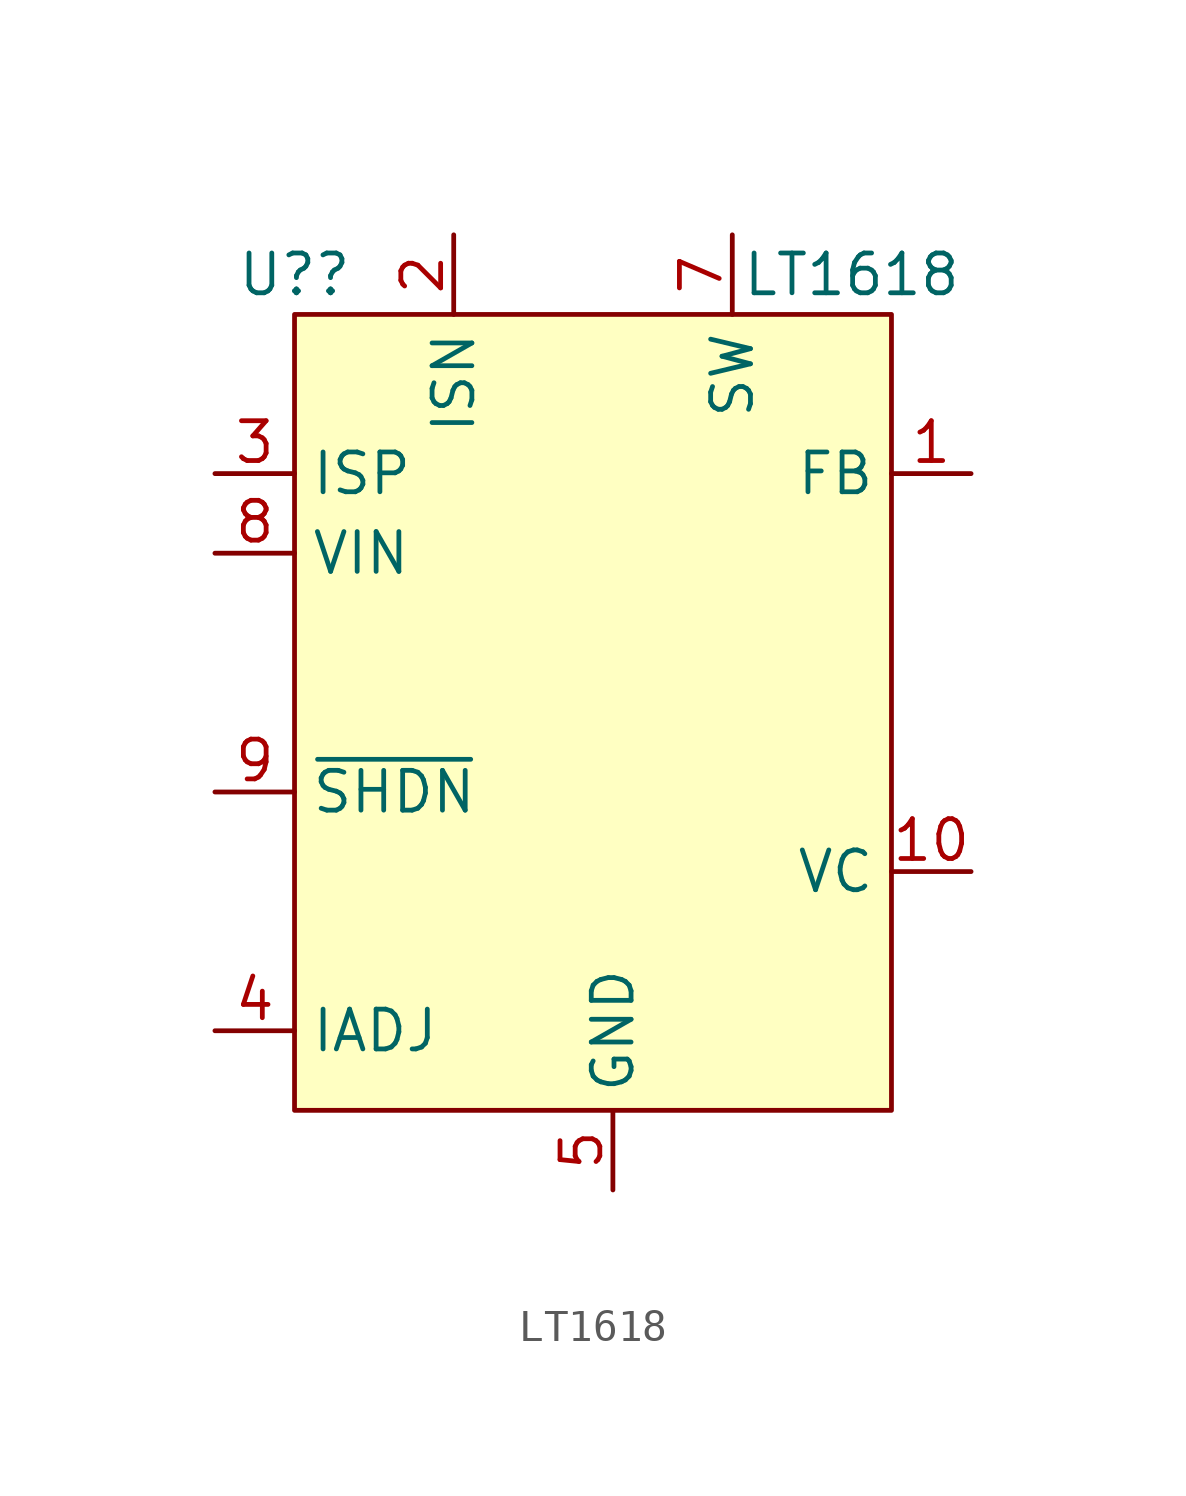
<source format=kicad_sym>
(kicad_symbol_lib
  (version 20211014)
  (generator kicad_symbol_editor)
  (symbol "LT1618"
    (property "Reference" "U?"
      (at -7.62 1.27 0)
      (effects (font (size 1.27 1.27))))
    (property "Value" "LT1618"
      (at 10.16 1.27 0)
      (effects (font (size 1.27 1.27))))
    (symbol "LT1618_0_0"
      (pin passive line (at 13.97 -5.08 180) (length 2.54) (name "FB" (effects (font (size 1.27 1.27)))) (number "1" (effects (font (size 1.27 1.27)))))
      (pin passive line (at 13.97 -17.78 180) (length 2.54) (name "VC" (effects (font (size 1.27 1.27)))) (number "10" (effects (font (size 1.27 1.27)))))
      (pin passive line (at -2.54 2.54 270) (length 2.54) (name "ISN" (effects (font (size 1.27 1.27)))) (number "2" (effects (font (size 1.27 1.27)))))
      (pin passive line (at -10.16 -5.08 0) (length 2.54) (name "ISP" (effects (font (size 1.27 1.27)))) (number "3" (effects (font (size 1.27 1.27)))))
      (pin passive line (at -10.16 -22.86 0) (length 2.54) (name "IADJ" (effects (font (size 1.27 1.27)))) (number "4" (effects (font (size 1.27 1.27)))))
      (pin passive line (at 2.54 -27.94 90) (length 2.54) (name "GND" (effects (font (size 1.27 1.27)))) (number "5" (effects (font (size 1.27 1.27)))))
      (pin passive line (at 6.35 2.54 270) (length 2.54) (name "SW" (effects (font (size 1.27 1.27)))) (number "7" (effects (font (size 1.27 1.27)))))
      (pin passive line (at -10.16 -7.62 0) (length 2.54) (name "VIN" (effects (font (size 1.27 1.27)))) (number "8" (effects (font (size 1.27 1.27)))))
      (pin passive line (at -10.16 -15.24 0) (length 2.54) (name "~{SHDN}" (effects (font (size 1.27 1.27)))) (number "9" (effects (font (size 1.27 1.27))))))
    (symbol "LT1618_0_1"
      (rectangle (start -7.62 0) (end 11.43 -25.4) (stroke (width 0) (type default) (color 0 0 0 0)) (fill (type background))))))
</source>
